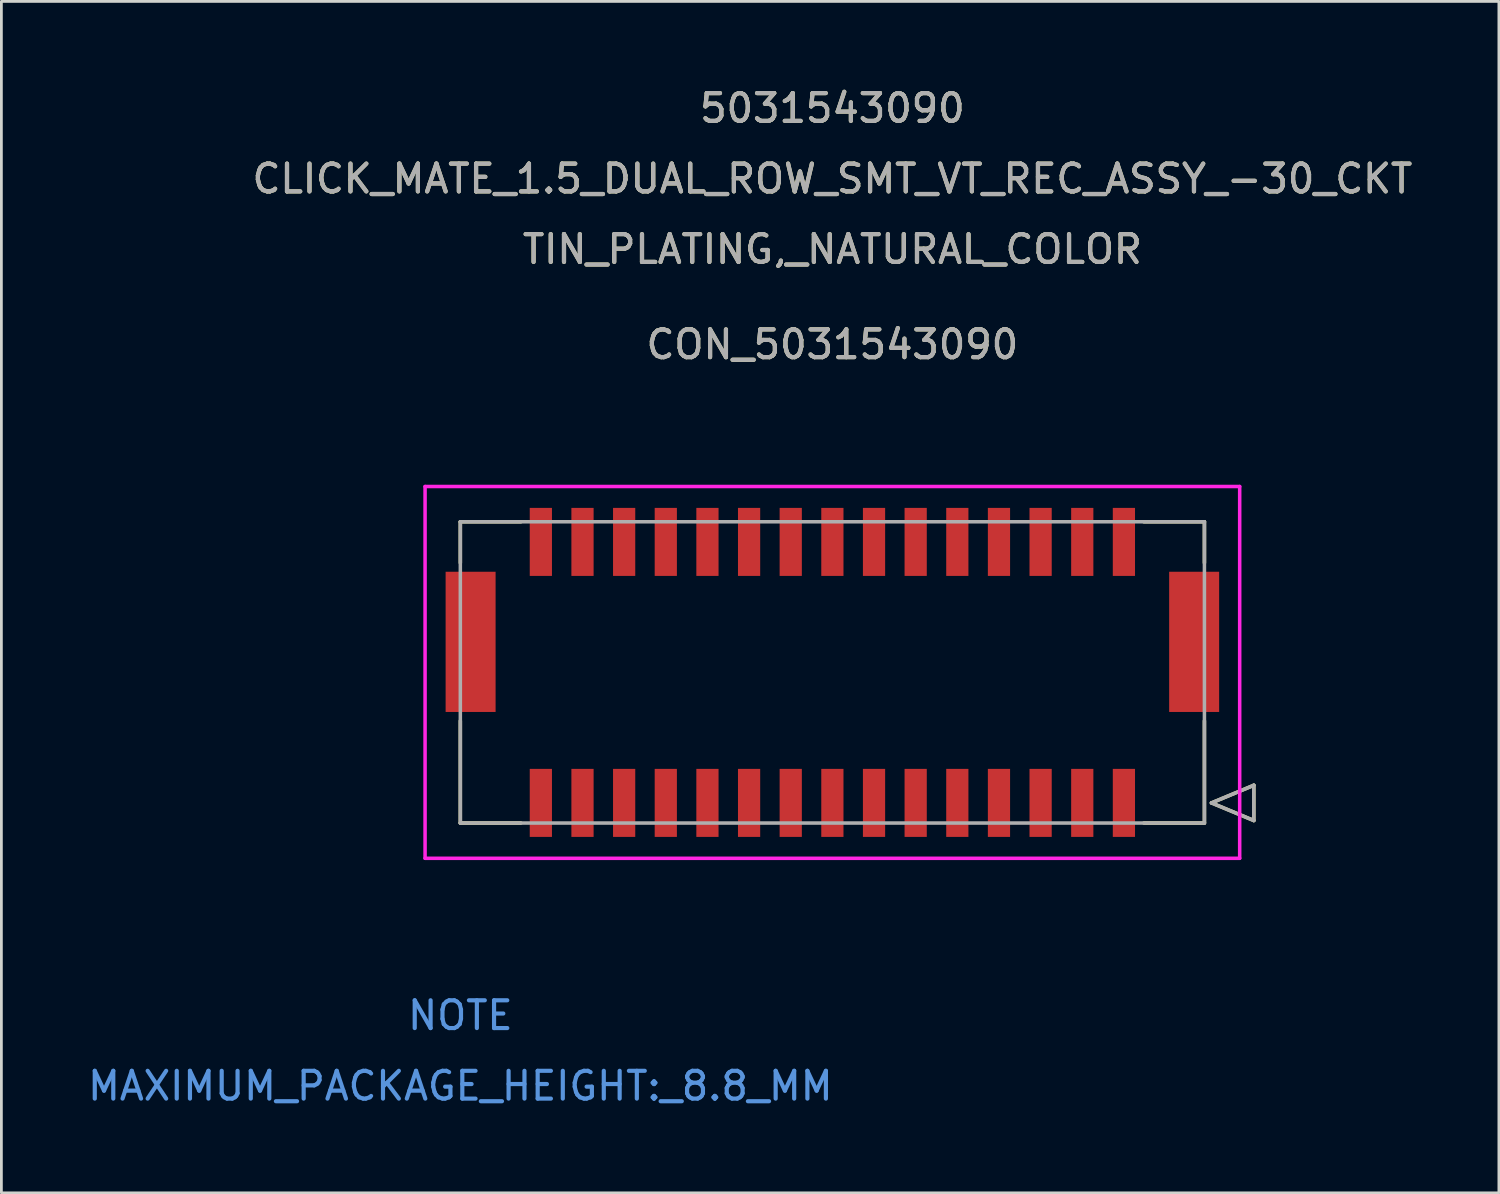
<source format=kicad_pcb>
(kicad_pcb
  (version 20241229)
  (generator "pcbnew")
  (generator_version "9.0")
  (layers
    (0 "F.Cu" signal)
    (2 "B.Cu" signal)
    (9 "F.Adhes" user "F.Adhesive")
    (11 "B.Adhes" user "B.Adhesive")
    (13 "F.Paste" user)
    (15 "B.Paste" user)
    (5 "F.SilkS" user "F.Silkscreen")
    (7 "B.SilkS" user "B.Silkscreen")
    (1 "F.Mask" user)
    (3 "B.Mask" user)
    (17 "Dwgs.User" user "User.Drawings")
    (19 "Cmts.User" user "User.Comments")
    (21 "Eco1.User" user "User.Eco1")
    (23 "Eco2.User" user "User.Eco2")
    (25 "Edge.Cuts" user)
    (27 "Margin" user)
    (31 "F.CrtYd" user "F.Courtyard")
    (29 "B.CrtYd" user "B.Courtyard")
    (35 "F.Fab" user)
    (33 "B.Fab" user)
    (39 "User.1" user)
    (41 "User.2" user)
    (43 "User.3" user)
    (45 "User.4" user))
  (footprint "CON_5031543090"
    (layer "F.Cu")
    (at 37.43 25.868)
    (property "Reference" "CON_5031543090" (at -10.5 -16.51 0) (unlocked yes) (layer "F.SilkS") (effects (font (size 1 1) (thickness 0.15))))
    (attr smd)
    (fp_line (start -23.9 -10.125) (end -23.9 -8.645) (stroke (width 0.127) (type solid)) (layer "F.SilkS"))
    (fp_line (start -23.9 -2.955) (end -23.9 0.725) (stroke (width 0.127) (type solid)) (layer "F.SilkS"))
    (fp_line (start -23.9 0.725) (end -21.72 0.725) (stroke (width 0.127) (type solid)) (layer "F.SilkS"))
    (fp_line (start -21.72 -10.125) (end -23.9 -10.125) (stroke (width 0.127) (type solid)) (layer "F.SilkS"))
    (fp_line (start 0.72 0.725) (end 2.9 0.725) (stroke (width 0.127) (type solid)) (layer "F.SilkS"))
    (fp_line (start 2.9 -10.125) (end 0.72 -10.125) (stroke (width 0.127) (type solid)) (layer "F.SilkS"))
    (fp_line (start 2.9 -8.645) (end 2.9 -10.125) (stroke (width 0.127) (type solid)) (layer "F.SilkS"))
    (fp_line (start 2.9 0.725) (end 2.9 -2.955) (stroke (width 0.127) (type solid)) (layer "F.SilkS"))
    (fp_line (start 3.154 0) (end 4.678 -0.635) (stroke (width 0.127) (type solid)) (layer "F.SilkS"))
    (fp_line (start 4.678 -0.635) (end 4.678 0.635) (stroke (width 0.127) (type solid)) (layer "F.SilkS"))
    (fp_line (start 4.678 0.635) (end 3.154 0) (stroke (width 0.127) (type solid)) (layer "F.SilkS"))
    (fp_line (start -25.17 -11.395) (end -25.17 1.995) (stroke (width 0.127) (type solid)) (layer "F.CrtYd"))
    (fp_line (start -25.17 1.995) (end 4.17 1.995) (stroke (width 0.127) (type solid)) (layer "F.CrtYd"))
    (fp_line (start 4.17 -11.395) (end -25.17 -11.395) (stroke (width 0.127) (type solid)) (layer "F.CrtYd"))
    (fp_line (start 4.17 1.995) (end 4.17 -11.395) (stroke (width 0.127) (type solid)) (layer "F.CrtYd"))
    (fp_line (start -23.9 -10.125) (end -23.9 0.725) (stroke (width 0.127) (type solid)) (layer "F.Fab"))
    (fp_line (start -23.9 0.725) (end 2.9 0.725) (stroke (width 0.127) (type solid)) (layer "F.Fab"))
    (fp_line (start 2.9 -10.125) (end -23.9 -10.125) (stroke (width 0.127) (type solid)) (layer "F.Fab"))
    (fp_line (start 2.9 0.725) (end 2.9 -10.125) (stroke (width 0.127) (type solid)) (layer "F.Fab"))
    (fp_line (start 3.154 0) (end 4.678 -0.635) (stroke (width 0.127) (type solid)) (layer "F.Fab"))
    (fp_line (start 4.678 -0.635) (end 4.678 0.635) (stroke (width 0.127) (type solid)) (layer "F.Fab"))
    (fp_line (start 4.678 0.635) (end 3.154 0) (stroke (width 0.127) (type solid)) (layer "F.Fab"))
    (fp_text user "CLICK_MATE_1.5_DUAL_ROW_SMT_VT_REC_ASSY_-30_CKT" (at -10.5 -22.48 0) (unlocked yes) (layer "F.SilkS") (effects (font (size 1 1) (thickness 0.15))))
    (fp_text user "TIN_PLATING,_NATURAL_COLOR" (at -10.5 -19.94 0) (unlocked yes) (layer "F.SilkS") (effects (font (size 1 1) (thickness 0.15))))
    (fp_text user "5031543090" (at -10.5 -25.02 0) (unlocked yes) (layer "F.SilkS") (effects (font (size 1 1) (thickness 0.15))))
    (fp_text user "MAXIMUM_PACKAGE_HEIGHT:_8.8_MM" (at -23.9 10.195 0) (unlocked yes) (layer "Cmts.User") (effects (font (size 1 1) (thickness 0.15))))
    (fp_text user "NOTE" (at -23.9 7.655 0) (unlocked yes) (layer "Cmts.User") (effects (font (size 1 1) (thickness 0.15))))
    (fp_text user "TIN_PLATING,_NATURAL_COLOR" (at -10.5 -19.94 0) (unlocked yes) (layer "F.Fab") (effects (font (size 1 1) (thickness 0.15))))
    (fp_text user "CLICK_MATE_1.5_DUAL_ROW_SMT_VT_REC_ASSY_-30_CKT" (at -10.5 -22.48 0) (unlocked yes) (layer "F.Fab") (effects (font (size 1 1) (thickness 0.15))))
    (fp_text user "5031543090" (at -10.5 -25.02 0) (unlocked yes) (layer "F.Fab") (effects (font (size 1 1) (thickness 0.15))))
    (fp_text user "${REFERENCE}" (at -10.5 -16.51 0) (unlocked yes) (layer "F.Fab") (effects (font (size 1 1) (thickness 0.15))))
    (pad "1" smd rect (at 0 0) (size 0.8 2.45) (layers "F.Cu" "F.Mask" "F.Paste"))
    (pad "2" smd rect (at 0 -9.4) (size 0.8 2.45) (layers "F.Cu" "F.Mask" "F.Paste"))
    (pad "3" smd rect (at -1.5 0) (size 0.8 2.45) (layers "F.Cu" "F.Mask" "F.Paste"))
    (pad "4" smd rect (at -1.5 -9.4) (size 0.8 2.45) (layers "F.Cu" "F.Mask" "F.Paste"))
    (pad "5" smd rect (at -3 0) (size 0.8 2.45) (layers "F.Cu" "F.Mask" "F.Paste"))
    (pad "6" smd rect (at -3 -9.4) (size 0.8 2.45) (layers "F.Cu" "F.Mask" "F.Paste"))
    (pad "7" smd rect (at -4.5 0) (size 0.8 2.45) (layers "F.Cu" "F.Mask" "F.Paste"))
    (pad "8" smd rect (at -4.5 -9.4) (size 0.8 2.45) (layers "F.Cu" "F.Mask" "F.Paste"))
    (pad "9" smd rect (at -6 0) (size 0.8 2.45) (layers "F.Cu" "F.Mask" "F.Paste"))
    (pad "10" smd rect (at -6 -9.4) (size 0.8 2.45) (layers "F.Cu" "F.Mask" "F.Paste"))
    (pad "11" smd rect (at -7.5 0) (size 0.8 2.45) (layers "F.Cu" "F.Mask" "F.Paste"))
    (pad "12" smd rect (at -7.5 -9.4) (size 0.8 2.45) (layers "F.Cu" "F.Mask" "F.Paste"))
    (pad "13" smd rect (at -9 0) (size 0.8 2.45) (layers "F.Cu" "F.Mask" "F.Paste"))
    (pad "14" smd rect (at -9 -9.4) (size 0.8 2.45) (layers "F.Cu" "F.Mask" "F.Paste"))
    (pad "15" smd rect (at -10.5 0) (size 0.8 2.45) (layers "F.Cu" "F.Mask" "F.Paste"))
    (pad "16" smd rect (at -10.5 -9.4) (size 0.8 2.45) (layers "F.Cu" "F.Mask" "F.Paste"))
    (pad "17" smd rect (at -12 0) (size 0.8 2.45) (layers "F.Cu" "F.Mask" "F.Paste"))
    (pad "18" smd rect (at -12 -9.4) (size 0.8 2.45) (layers "F.Cu" "F.Mask" "F.Paste"))
    (pad "19" smd rect (at -13.5 0) (size 0.8 2.45) (layers "F.Cu" "F.Mask" "F.Paste"))
    (pad "20" smd rect (at -13.5 -9.4) (size 0.8 2.45) (layers "F.Cu" "F.Mask" "F.Paste"))
    (pad "21" smd rect (at -15 0) (size 0.8 2.45) (layers "F.Cu" "F.Mask" "F.Paste"))
    (pad "22" smd rect (at -15 -9.4) (size 0.8 2.45) (layers "F.Cu" "F.Mask" "F.Paste"))
    (pad "23" smd rect (at -16.5 0) (size 0.8 2.45) (layers "F.Cu" "F.Mask" "F.Paste"))
    (pad "24" smd rect (at -16.5 -9.4) (size 0.8 2.45) (layers "F.Cu" "F.Mask" "F.Paste"))
    (pad "25" smd rect (at -18 0) (size 0.8 2.45) (layers "F.Cu" "F.Mask" "F.Paste"))
    (pad "26" smd rect (at -18 -9.4) (size 0.8 2.45) (layers "F.Cu" "F.Mask" "F.Paste"))
    (pad "27" smd rect (at -19.5 0) (size 0.8 2.45) (layers "F.Cu" "F.Mask" "F.Paste"))
    (pad "28" smd rect (at -19.5 -9.4) (size 0.8 2.45) (layers "F.Cu" "F.Mask" "F.Paste"))
    (pad "29" smd rect (at -21 0) (size 0.8 2.45) (layers "F.Cu" "F.Mask" "F.Paste"))
    (pad "30" smd rect (at -21 -9.4) (size 0.8 2.45) (layers "F.Cu" "F.Mask" "F.Paste"))
    (pad "31" smd rect (at 2.53 -5.8) (size 1.8 5.05) (layers "F.Cu" "F.Mask" "F.Paste"))
    (pad "32" smd rect (at -23.53 -5.8) (size 1.8 5.05) (layers "F.Cu" "F.Mask" "F.Paste")))
  (gr_rect
    (start -3 -3)
    (end 50.936 39.912)
    (stroke (width 0.1) (type default))
    (fill no)
    (layer "Edge.Cuts")))
</source>
